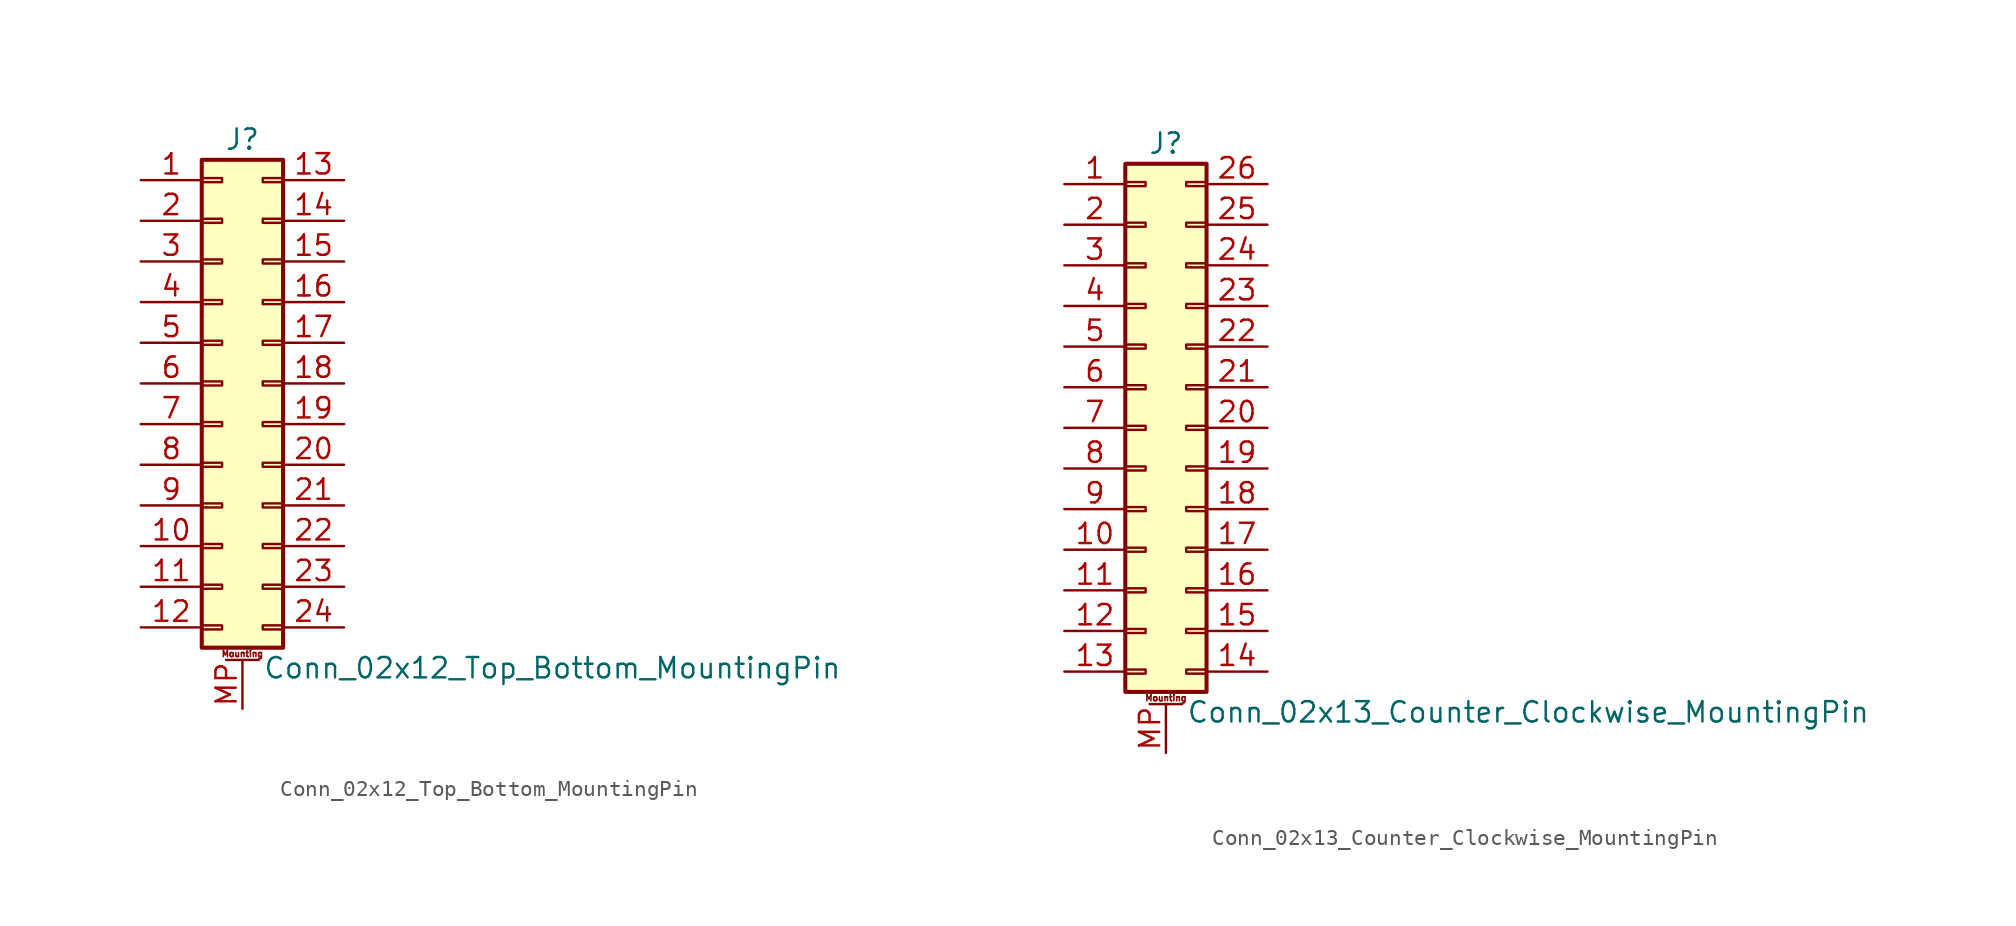
<source format=kicad_sym>
(kicad_symbol_lib
  (version 20220914)
  (generator kicad_symbol_editor)
  (symbol "Conn_02x12_Top_Bottom_MountingPin"
    (pin_names
      (offset 1.016) hide)
    (property "Reference" "J"
      (at 1.27 15.24 0)
      (effects (font (size 1.27 1.27))))
    (property "Value" "Conn_02x12_Top_Bottom_MountingPin"
      (at 2.54 -17.78 0)
      (effects (font (size 1.27 1.27)) (justify left)))
    (symbol "Conn_02x12_Top_Bottom_MountingPin_1_1"
      (rectangle (start -1.27 -15.113) (end 0 -15.367) (stroke (width 0.152) (type default)) (fill (type none)))
      (rectangle (start -1.27 -12.573) (end 0 -12.827) (stroke (width 0.152) (type default)) (fill (type none)))
      (rectangle (start -1.27 -10.033) (end 0 -10.287) (stroke (width 0.152) (type default)) (fill (type none)))
      (rectangle (start -1.27 -7.493) (end 0 -7.747) (stroke (width 0.152) (type default)) (fill (type none)))
      (rectangle (start -1.27 -4.953) (end 0 -5.207) (stroke (width 0.152) (type default)) (fill (type none)))
      (rectangle (start -1.27 -2.413) (end 0 -2.667) (stroke (width 0.152) (type default)) (fill (type none)))
      (rectangle (start -1.27 0.127) (end 0 -0.127) (stroke (width 0.152) (type default)) (fill (type none)))
      (rectangle (start -1.27 2.667) (end 0 2.413) (stroke (width 0.152) (type default)) (fill (type none)))
      (rectangle (start -1.27 5.207) (end 0 4.953) (stroke (width 0.152) (type default)) (fill (type none)))
      (rectangle (start -1.27 7.747) (end 0 7.493) (stroke (width 0.152) (type default)) (fill (type none)))
      (rectangle (start -1.27 10.287) (end 0 10.033) (stroke (width 0.152) (type default)) (fill (type none)))
      (rectangle (start -1.27 12.827) (end 0 12.573) (stroke (width 0.152) (type default)) (fill (type none)))
      (rectangle (start -1.27 13.97) (end 3.81 -16.51) (stroke (width 0.254) (type default)) (fill (type background)))
      (polyline (pts (xy 0.254 -17.272) (xy 2.286 -17.272)) (stroke (width 0.152) (type default)) (fill (type none)))
      (rectangle (start 3.81 -15.113) (end 2.54 -15.367) (stroke (width 0.152) (type default)) (fill (type none)))
      (rectangle (start 3.81 -12.573) (end 2.54 -12.827) (stroke (width 0.152) (type default)) (fill (type none)))
      (rectangle (start 3.81 -10.033) (end 2.54 -10.287) (stroke (width 0.152) (type default)) (fill (type none)))
      (rectangle (start 3.81 -7.493) (end 2.54 -7.747) (stroke (width 0.152) (type default)) (fill (type none)))
      (rectangle (start 3.81 -4.953) (end 2.54 -5.207) (stroke (width 0.152) (type default)) (fill (type none)))
      (rectangle (start 3.81 -2.413) (end 2.54 -2.667) (stroke (width 0.152) (type default)) (fill (type none)))
      (rectangle (start 3.81 0.127) (end 2.54 -0.127) (stroke (width 0.152) (type default)) (fill (type none)))
      (rectangle (start 3.81 2.667) (end 2.54 2.413) (stroke (width 0.152) (type default)) (fill (type none)))
      (rectangle (start 3.81 5.207) (end 2.54 4.953) (stroke (width 0.152) (type default)) (fill (type none)))
      (rectangle (start 3.81 7.747) (end 2.54 7.493) (stroke (width 0.152) (type default)) (fill (type none)))
      (rectangle (start 3.81 10.287) (end 2.54 10.033) (stroke (width 0.152) (type default)) (fill (type none)))
      (rectangle (start 3.81 12.827) (end 2.54 12.573) (stroke (width 0.152) (type default)) (fill (type none)))
      (text "Mounting" (at 1.27 -16.891 0) (effects (font (size 0.381 0.381))))
      (pin passive line (at -5.08 12.7 0) (length 3.81) (name "Pin_1" (effects (font (size 1.27 1.27)))) (number "1" (effects (font (size 1.27 1.27)))))
      (pin passive line (at -5.08 -10.16 0) (length 3.81) (name "Pin_10" (effects (font (size 1.27 1.27)))) (number "10" (effects (font (size 1.27 1.27)))))
      (pin passive line (at -5.08 -12.7 0) (length 3.81) (name "Pin_11" (effects (font (size 1.27 1.27)))) (number "11" (effects (font (size 1.27 1.27)))))
      (pin passive line (at -5.08 -15.24 0) (length 3.81) (name "Pin_12" (effects (font (size 1.27 1.27)))) (number "12" (effects (font (size 1.27 1.27)))))
      (pin passive line (at 7.62 12.7 180) (length 3.81) (name "Pin_13" (effects (font (size 1.27 1.27)))) (number "13" (effects (font (size 1.27 1.27)))))
      (pin passive line (at 7.62 10.16 180) (length 3.81) (name "Pin_14" (effects (font (size 1.27 1.27)))) (number "14" (effects (font (size 1.27 1.27)))))
      (pin passive line (at 7.62 7.62 180) (length 3.81) (name "Pin_15" (effects (font (size 1.27 1.27)))) (number "15" (effects (font (size 1.27 1.27)))))
      (pin passive line (at 7.62 5.08 180) (length 3.81) (name "Pin_16" (effects (font (size 1.27 1.27)))) (number "16" (effects (font (size 1.27 1.27)))))
      (pin passive line (at 7.62 2.54 180) (length 3.81) (name "Pin_17" (effects (font (size 1.27 1.27)))) (number "17" (effects (font (size 1.27 1.27)))))
      (pin passive line (at 7.62 0 180) (length 3.81) (name "Pin_18" (effects (font (size 1.27 1.27)))) (number "18" (effects (font (size 1.27 1.27)))))
      (pin passive line (at 7.62 -2.54 180) (length 3.81) (name "Pin_19" (effects (font (size 1.27 1.27)))) (number "19" (effects (font (size 1.27 1.27)))))
      (pin passive line (at -5.08 10.16 0) (length 3.81) (name "Pin_2" (effects (font (size 1.27 1.27)))) (number "2" (effects (font (size 1.27 1.27)))))
      (pin passive line (at 7.62 -5.08 180) (length 3.81) (name "Pin_20" (effects (font (size 1.27 1.27)))) (number "20" (effects (font (size 1.27 1.27)))))
      (pin passive line (at 7.62 -7.62 180) (length 3.81) (name "Pin_21" (effects (font (size 1.27 1.27)))) (number "21" (effects (font (size 1.27 1.27)))))
      (pin passive line (at 7.62 -10.16 180) (length 3.81) (name "Pin_22" (effects (font (size 1.27 1.27)))) (number "22" (effects (font (size 1.27 1.27)))))
      (pin passive line (at 7.62 -12.7 180) (length 3.81) (name "Pin_23" (effects (font (size 1.27 1.27)))) (number "23" (effects (font (size 1.27 1.27)))))
      (pin passive line (at 7.62 -15.24 180) (length 3.81) (name "Pin_24" (effects (font (size 1.27 1.27)))) (number "24" (effects (font (size 1.27 1.27)))))
      (pin passive line (at -5.08 7.62 0) (length 3.81) (name "Pin_3" (effects (font (size 1.27 1.27)))) (number "3" (effects (font (size 1.27 1.27)))))
      (pin passive line (at -5.08 5.08 0) (length 3.81) (name "Pin_4" (effects (font (size 1.27 1.27)))) (number "4" (effects (font (size 1.27 1.27)))))
      (pin passive line (at -5.08 2.54 0) (length 3.81) (name "Pin_5" (effects (font (size 1.27 1.27)))) (number "5" (effects (font (size 1.27 1.27)))))
      (pin passive line (at -5.08 0 0) (length 3.81) (name "Pin_6" (effects (font (size 1.27 1.27)))) (number "6" (effects (font (size 1.27 1.27)))))
      (pin passive line (at -5.08 -2.54 0) (length 3.81) (name "Pin_7" (effects (font (size 1.27 1.27)))) (number "7" (effects (font (size 1.27 1.27)))))
      (pin passive line (at -5.08 -5.08 0) (length 3.81) (name "Pin_8" (effects (font (size 1.27 1.27)))) (number "8" (effects (font (size 1.27 1.27)))))
      (pin passive line (at -5.08 -7.62 0) (length 3.81) (name "Pin_9" (effects (font (size 1.27 1.27)))) (number "9" (effects (font (size 1.27 1.27)))))
      (pin passive line (at 1.27 -20.32 90) (length 3.048) (name "MountPin" (effects (font (size 1.27 1.27)))) (number "MP" (effects (font (size 1.27 1.27)))))))
  (symbol "Conn_02x13_Counter_Clockwise_MountingPin"
    (pin_names
      (offset 1.016) hide)
    (property "Reference" "J"
      (at 1.27 17.78 0)
      (effects (font (size 1.27 1.27))))
    (property "Value" "Conn_02x13_Counter_Clockwise_MountingPin"
      (at 2.54 -17.78 0)
      (effects (font (size 1.27 1.27)) (justify left)))
    (symbol "Conn_02x13_Counter_Clockwise_MountingPin_1_1"
      (rectangle (start -1.27 -15.113) (end 0 -15.367) (stroke (width 0.152) (type default)) (fill (type none)))
      (rectangle (start -1.27 -12.573) (end 0 -12.827) (stroke (width 0.152) (type default)) (fill (type none)))
      (rectangle (start -1.27 -10.033) (end 0 -10.287) (stroke (width 0.152) (type default)) (fill (type none)))
      (rectangle (start -1.27 -7.493) (end 0 -7.747) (stroke (width 0.152) (type default)) (fill (type none)))
      (rectangle (start -1.27 -4.953) (end 0 -5.207) (stroke (width 0.152) (type default)) (fill (type none)))
      (rectangle (start -1.27 -2.413) (end 0 -2.667) (stroke (width 0.152) (type default)) (fill (type none)))
      (rectangle (start -1.27 0.127) (end 0 -0.127) (stroke (width 0.152) (type default)) (fill (type none)))
      (rectangle (start -1.27 2.667) (end 0 2.413) (stroke (width 0.152) (type default)) (fill (type none)))
      (rectangle (start -1.27 5.207) (end 0 4.953) (stroke (width 0.152) (type default)) (fill (type none)))
      (rectangle (start -1.27 7.747) (end 0 7.493) (stroke (width 0.152) (type default)) (fill (type none)))
      (rectangle (start -1.27 10.287) (end 0 10.033) (stroke (width 0.152) (type default)) (fill (type none)))
      (rectangle (start -1.27 12.827) (end 0 12.573) (stroke (width 0.152) (type default)) (fill (type none)))
      (rectangle (start -1.27 15.367) (end 0 15.113) (stroke (width 0.152) (type default)) (fill (type none)))
      (rectangle (start -1.27 16.51) (end 3.81 -16.51) (stroke (width 0.254) (type default)) (fill (type background)))
      (polyline (pts (xy 0.254 -17.272) (xy 2.286 -17.272)) (stroke (width 0.152) (type default)) (fill (type none)))
      (rectangle (start 3.81 -15.113) (end 2.54 -15.367) (stroke (width 0.152) (type default)) (fill (type none)))
      (rectangle (start 3.81 -12.573) (end 2.54 -12.827) (stroke (width 0.152) (type default)) (fill (type none)))
      (rectangle (start 3.81 -10.033) (end 2.54 -10.287) (stroke (width 0.152) (type default)) (fill (type none)))
      (rectangle (start 3.81 -7.493) (end 2.54 -7.747) (stroke (width 0.152) (type default)) (fill (type none)))
      (rectangle (start 3.81 -4.953) (end 2.54 -5.207) (stroke (width 0.152) (type default)) (fill (type none)))
      (rectangle (start 3.81 -2.413) (end 2.54 -2.667) (stroke (width 0.152) (type default)) (fill (type none)))
      (rectangle (start 3.81 0.127) (end 2.54 -0.127) (stroke (width 0.152) (type default)) (fill (type none)))
      (rectangle (start 3.81 2.667) (end 2.54 2.413) (stroke (width 0.152) (type default)) (fill (type none)))
      (rectangle (start 3.81 5.207) (end 2.54 4.953) (stroke (width 0.152) (type default)) (fill (type none)))
      (rectangle (start 3.81 7.747) (end 2.54 7.493) (stroke (width 0.152) (type default)) (fill (type none)))
      (rectangle (start 3.81 10.287) (end 2.54 10.033) (stroke (width 0.152) (type default)) (fill (type none)))
      (rectangle (start 3.81 12.827) (end 2.54 12.573) (stroke (width 0.152) (type default)) (fill (type none)))
      (rectangle (start 3.81 15.367) (end 2.54 15.113) (stroke (width 0.152) (type default)) (fill (type none)))
      (text "Mounting" (at 1.27 -16.891 0) (effects (font (size 0.381 0.381))))
      (pin passive line (at -5.08 15.24 0) (length 3.81) (name "Pin_1" (effects (font (size 1.27 1.27)))) (number "1" (effects (font (size 1.27 1.27)))))
      (pin passive line (at -5.08 -7.62 0) (length 3.81) (name "Pin_10" (effects (font (size 1.27 1.27)))) (number "10" (effects (font (size 1.27 1.27)))))
      (pin passive line (at -5.08 -10.16 0) (length 3.81) (name "Pin_11" (effects (font (size 1.27 1.27)))) (number "11" (effects (font (size 1.27 1.27)))))
      (pin passive line (at -5.08 -12.7 0) (length 3.81) (name "Pin_12" (effects (font (size 1.27 1.27)))) (number "12" (effects (font (size 1.27 1.27)))))
      (pin passive line (at -5.08 -15.24 0) (length 3.81) (name "Pin_13" (effects (font (size 1.27 1.27)))) (number "13" (effects (font (size 1.27 1.27)))))
      (pin passive line (at 7.62 -15.24 180) (length 3.81) (name "Pin_14" (effects (font (size 1.27 1.27)))) (number "14" (effects (font (size 1.27 1.27)))))
      (pin passive line (at 7.62 -12.7 180) (length 3.81) (name "Pin_15" (effects (font (size 1.27 1.27)))) (number "15" (effects (font (size 1.27 1.27)))))
      (pin passive line (at 7.62 -10.16 180) (length 3.81) (name "Pin_16" (effects (font (size 1.27 1.27)))) (number "16" (effects (font (size 1.27 1.27)))))
      (pin passive line (at 7.62 -7.62 180) (length 3.81) (name "Pin_17" (effects (font (size 1.27 1.27)))) (number "17" (effects (font (size 1.27 1.27)))))
      (pin passive line (at 7.62 -5.08 180) (length 3.81) (name "Pin_18" (effects (font (size 1.27 1.27)))) (number "18" (effects (font (size 1.27 1.27)))))
      (pin passive line (at 7.62 -2.54 180) (length 3.81) (name "Pin_19" (effects (font (size 1.27 1.27)))) (number "19" (effects (font (size 1.27 1.27)))))
      (pin passive line (at -5.08 12.7 0) (length 3.81) (name "Pin_2" (effects (font (size 1.27 1.27)))) (number "2" (effects (font (size 1.27 1.27)))))
      (pin passive line (at 7.62 0 180) (length 3.81) (name "Pin_20" (effects (font (size 1.27 1.27)))) (number "20" (effects (font (size 1.27 1.27)))))
      (pin passive line (at 7.62 2.54 180) (length 3.81) (name "Pin_21" (effects (font (size 1.27 1.27)))) (number "21" (effects (font (size 1.27 1.27)))))
      (pin passive line (at 7.62 5.08 180) (length 3.81) (name "Pin_22" (effects (font (size 1.27 1.27)))) (number "22" (effects (font (size 1.27 1.27)))))
      (pin passive line (at 7.62 7.62 180) (length 3.81) (name "Pin_23" (effects (font (size 1.27 1.27)))) (number "23" (effects (font (size 1.27 1.27)))))
      (pin passive line (at 7.62 10.16 180) (length 3.81) (name "Pin_24" (effects (font (size 1.27 1.27)))) (number "24" (effects (font (size 1.27 1.27)))))
      (pin passive line (at 7.62 12.7 180) (length 3.81) (name "Pin_25" (effects (font (size 1.27 1.27)))) (number "25" (effects (font (size 1.27 1.27)))))
      (pin passive line (at 7.62 15.24 180) (length 3.81) (name "Pin_26" (effects (font (size 1.27 1.27)))) (number "26" (effects (font (size 1.27 1.27)))))
      (pin passive line (at -5.08 10.16 0) (length 3.81) (name "Pin_3" (effects (font (size 1.27 1.27)))) (number "3" (effects (font (size 1.27 1.27)))))
      (pin passive line (at -5.08 7.62 0) (length 3.81) (name "Pin_4" (effects (font (size 1.27 1.27)))) (number "4" (effects (font (size 1.27 1.27)))))
      (pin passive line (at -5.08 5.08 0) (length 3.81) (name "Pin_5" (effects (font (size 1.27 1.27)))) (number "5" (effects (font (size 1.27 1.27)))))
      (pin passive line (at -5.08 2.54 0) (length 3.81) (name "Pin_6" (effects (font (size 1.27 1.27)))) (number "6" (effects (font (size 1.27 1.27)))))
      (pin passive line (at -5.08 0 0) (length 3.81) (name "Pin_7" (effects (font (size 1.27 1.27)))) (number "7" (effects (font (size 1.27 1.27)))))
      (pin passive line (at -5.08 -2.54 0) (length 3.81) (name "Pin_8" (effects (font (size 1.27 1.27)))) (number "8" (effects (font (size 1.27 1.27)))))
      (pin passive line (at -5.08 -5.08 0) (length 3.81) (name "Pin_9" (effects (font (size 1.27 1.27)))) (number "9" (effects (font (size 1.27 1.27)))))
      (pin passive line (at 1.27 -20.32 90) (length 3.048) (name "MountPin" (effects (font (size 1.27 1.27)))) (number "MP" (effects (font (size 1.27 1.27))))))))
</source>
